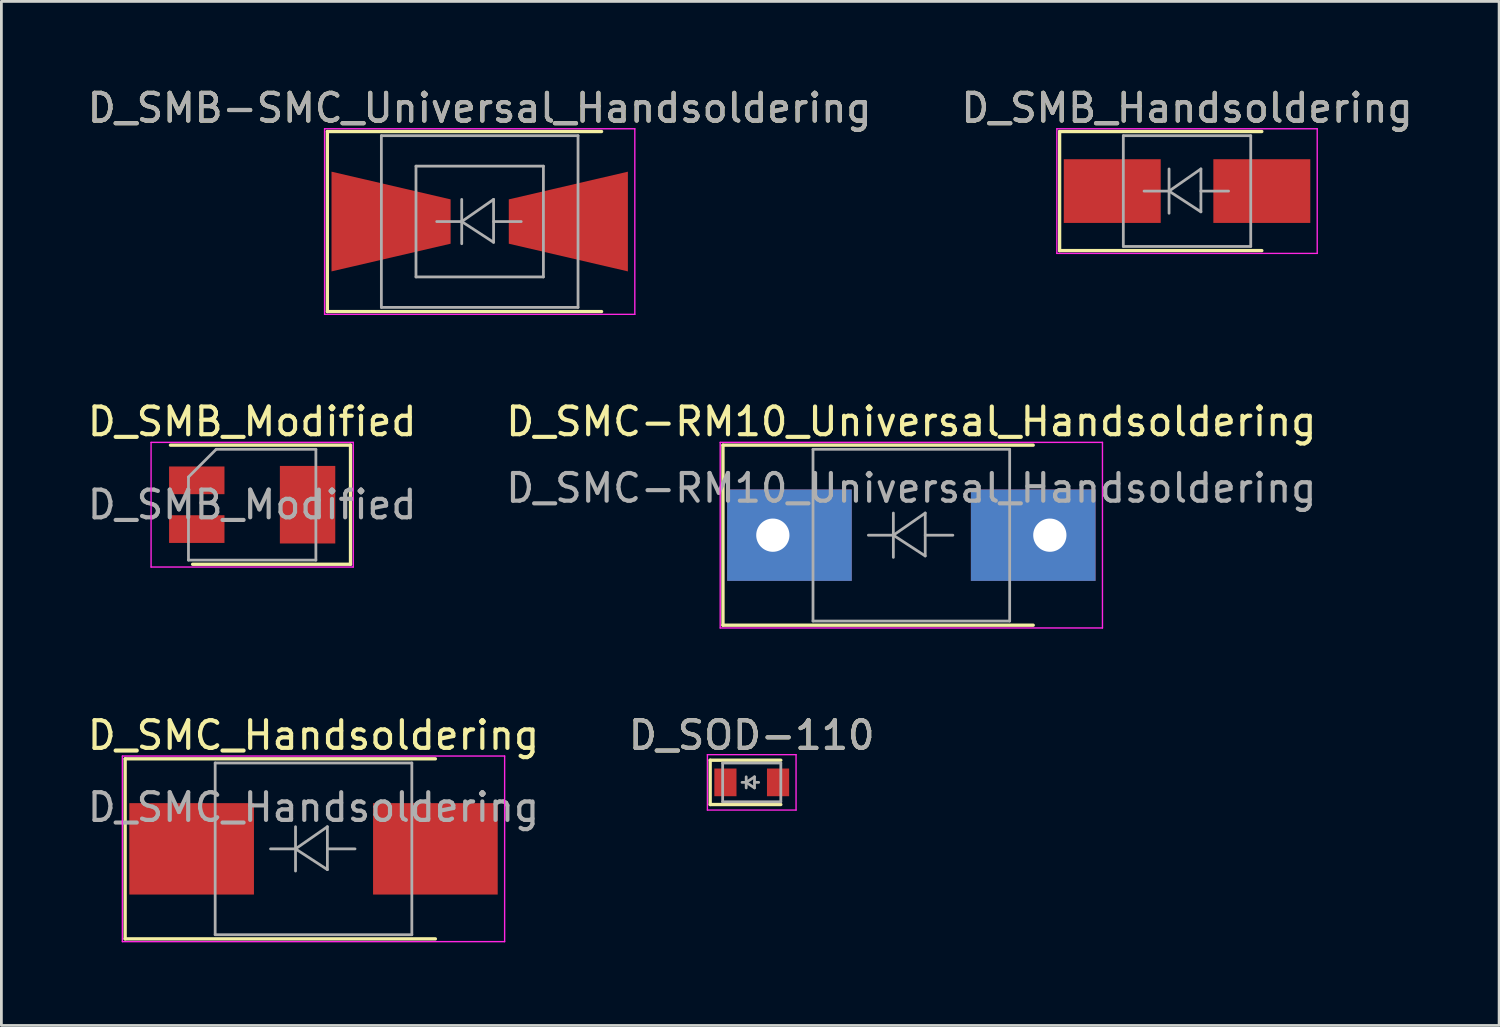
<source format=kicad_pcb>
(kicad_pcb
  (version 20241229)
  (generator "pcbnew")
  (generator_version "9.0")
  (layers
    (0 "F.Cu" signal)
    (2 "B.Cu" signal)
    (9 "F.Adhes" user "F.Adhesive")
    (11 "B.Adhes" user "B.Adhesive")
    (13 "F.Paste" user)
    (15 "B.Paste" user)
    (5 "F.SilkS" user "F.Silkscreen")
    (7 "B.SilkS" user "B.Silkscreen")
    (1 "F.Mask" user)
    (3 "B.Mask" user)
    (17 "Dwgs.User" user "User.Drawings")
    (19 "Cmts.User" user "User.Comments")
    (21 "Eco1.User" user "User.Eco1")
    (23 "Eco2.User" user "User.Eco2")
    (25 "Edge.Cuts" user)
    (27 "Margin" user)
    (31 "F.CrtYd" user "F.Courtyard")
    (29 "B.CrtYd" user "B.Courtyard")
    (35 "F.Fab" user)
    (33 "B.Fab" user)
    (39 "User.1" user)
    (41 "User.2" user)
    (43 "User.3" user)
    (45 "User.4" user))
  (footprint "D_SMB_Modified"
    (layer "F.Cu")
    (at 6.054 15.171)
    (property "Reference" "D_SMB_Modified" (at 0 -3 0) (layer "F.SilkS") (effects (font (size 1 1) (thickness 0.15))))
    (attr smd)
    (fp_line (start 3.55 -2.15) (end -2.95 -2.15) (stroke (width 0.12) (type solid)) (layer "F.SilkS"))
    (fp_line (start 3.55 -2.15) (end 3.55 2.15) (stroke (width 0.12) (type solid)) (layer "F.SilkS"))
    (fp_line (start 3.55 2.15) (end -2.15 2.15) (stroke (width 0.12) (type solid)) (layer "F.SilkS"))
    (fp_line (start -3.65 -2.25) (end 3.65 -2.25) (stroke (width 0.05) (type solid)) (layer "F.CrtYd"))
    (fp_line (start -3.65 2.25) (end -3.65 -2.25) (stroke (width 0.05) (type solid)) (layer "F.CrtYd"))
    (fp_line (start 3.65 -2.25) (end 3.65 2.25) (stroke (width 0.05) (type solid)) (layer "F.CrtYd"))
    (fp_line (start 3.65 2.25) (end -3.65 2.25) (stroke (width 0.05) (type solid)) (layer "F.CrtYd"))
    (fp_line (start -2.3 2) (end -2.3 -1) (stroke (width 0.1) (type solid)) (layer "F.Fab"))
    (fp_line (start -1.3 -2) (end -2.3 -1) (stroke (width 0.1) (type solid)) (layer "F.Fab"))
    (fp_line (start 2.3 -2) (end -1.3 -2) (stroke (width 0.1) (type solid)) (layer "F.Fab"))
    (fp_line (start 2.3 -2) (end 2.3 2) (stroke (width 0.1) (type solid)) (layer "F.Fab"))
    (fp_line (start 2.3 2) (end -2.3 2) (stroke (width 0.1) (type solid)) (layer "F.Fab"))
    (fp_text user "${REFERENCE}" (at 0 0 0) (layer "F.Fab") (effects (font (size 1 1) (thickness 0.15))))
    (pad "1" smd rect (at -2 -0.88) (size 2 1) (layers "F.Cu" "F.Mask" "F.Paste"))
    (pad "2" smd rect (at 2 0) (size 2 2.8) (layers "F.Cu" "F.Mask" "F.Paste"))
    (pad "3" smd rect (at -2 0.88) (size 2 1) (layers "F.Cu" "F.Mask" "F.Paste")))
  (footprint "D_SMB_Handsoldering"
    (layer "F.Cu")
    (at 39.804 3.848)
    (property "Reference" "D_SMB_Handsoldering" (at 0 -3 0) (layer "F.SilkS") (effects (font (size 1 1) (thickness 0.15))))
    (attr smd)
    (fp_line (start -4.6 -2.15) (end -4.6 2.15) (stroke (width 0.12) (type solid)) (layer "F.SilkS"))
    (fp_line (start -4.6 -2.15) (end 2.7 -2.15) (stroke (width 0.12) (type solid)) (layer "F.SilkS"))
    (fp_line (start -4.6 2.15) (end 2.7 2.15) (stroke (width 0.12) (type solid)) (layer "F.SilkS"))
    (fp_line (start -4.7 -2.25) (end 4.7 -2.25) (stroke (width 0.05) (type solid)) (layer "F.CrtYd"))
    (fp_line (start -4.7 2.25) (end -4.7 -2.25) (stroke (width 0.05) (type solid)) (layer "F.CrtYd"))
    (fp_line (start 4.7 -2.25) (end 4.7 2.25) (stroke (width 0.05) (type solid)) (layer "F.CrtYd"))
    (fp_line (start 4.7 2.25) (end -4.7 2.25) (stroke (width 0.05) (type solid)) (layer "F.CrtYd"))
    (fp_line (start -2.3 2) (end -2.3 -2) (stroke (width 0.1) (type solid)) (layer "F.Fab"))
    (fp_line (start -0.649 -0.799) (end -0.649 0.801) (stroke (width 0.1) (type solid)) (layer "F.Fab"))
    (fp_line (start -0.649 0.001) (end -1.551 0.001) (stroke (width 0.1) (type solid)) (layer "F.Fab"))
    (fp_line (start -0.649 0.001) (end 0.501 -0.799) (stroke (width 0.1) (type solid)) (layer "F.Fab"))
    (fp_line (start -0.649 0.001) (end 0.501 0.75) (stroke (width 0.1) (type solid)) (layer "F.Fab"))
    (fp_line (start 0.501 0.001) (end 1.499 0.001) (stroke (width 0.1) (type solid)) (layer "F.Fab"))
    (fp_line (start 0.501 0.75) (end 0.501 -0.799) (stroke (width 0.1) (type solid)) (layer "F.Fab"))
    (fp_line (start 2.3 -2) (end -2.3 -2) (stroke (width 0.1) (type solid)) (layer "F.Fab"))
    (fp_line (start 2.3 -2) (end 2.3 2) (stroke (width 0.1) (type solid)) (layer "F.Fab"))
    (fp_line (start 2.3 2) (end -2.3 2) (stroke (width 0.1) (type solid)) (layer "F.Fab"))
    (fp_text user "${REFERENCE}" (at 0 -3 0) (layer "F.Fab") (effects (font (size 1 1) (thickness 0.15))))
    (pad "1" smd rect (at -2.7 0) (size 3.5 2.3) (layers "F.Cu" "F.Mask" "F.Paste"))
    (pad "2" smd rect (at 2.7 0) (size 3.5 2.3) (layers "F.Cu" "F.Mask" "F.Paste")))
  (footprint "D_SMB-SMC_Universal_Handsoldering"
    (layer "F.Cu")
    (at 14.268 4.948)
    (property "Reference" "D_SMB-SMC_Universal_Handsoldering" (at 0 -4.1 0) (layer "F.SilkS") (effects (font (size 1 1) (thickness 0.15))))
    (attr smd)
    (fp_line (start -5.5 -3.25) (end 4.4 -3.25) (stroke (width 0.12) (type solid)) (layer "F.SilkS"))
    (fp_line (start -5.5 3.25) (end -5.5 -3.25) (stroke (width 0.12) (type solid)) (layer "F.SilkS"))
    (fp_line (start -5.5 3.25) (end 4.4 3.25) (stroke (width 0.12) (type solid)) (layer "F.SilkS"))
    (fp_line (start -5.6 -3.35) (end 5.6 -3.35) (stroke (width 0.05) (type solid)) (layer "F.CrtYd"))
    (fp_line (start -5.6 3.35) (end -5.6 -3.35) (stroke (width 0.05) (type solid)) (layer "F.CrtYd"))
    (fp_line (start 5.6 -3.35) (end 5.6 3.35) (stroke (width 0.05) (type solid)) (layer "F.CrtYd"))
    (fp_line (start 5.6 3.35) (end -5.6 3.35) (stroke (width 0.05) (type solid)) (layer "F.CrtYd"))
    (fp_line (start -3.55 3.1) (end -3.55 -3.1) (stroke (width 0.1) (type solid)) (layer "F.Fab"))
    (fp_line (start -2.3 2) (end -2.3 -2) (stroke (width 0.1) (type solid)) (layer "F.Fab"))
    (fp_line (start -0.649 -0.799) (end -0.649 0.801) (stroke (width 0.1) (type solid)) (layer "F.Fab"))
    (fp_line (start -0.649 0.001) (end -1.551 0.001) (stroke (width 0.1) (type solid)) (layer "F.Fab"))
    (fp_line (start -0.649 0.001) (end 0.501 -0.799) (stroke (width 0.1) (type solid)) (layer "F.Fab"))
    (fp_line (start -0.649 0.001) (end 0.501 0.75) (stroke (width 0.1) (type solid)) (layer "F.Fab"))
    (fp_line (start 0.501 0.001) (end 1.499 0.001) (stroke (width 0.1) (type solid)) (layer "F.Fab"))
    (fp_line (start 0.501 0.75) (end 0.501 -0.799) (stroke (width 0.1) (type solid)) (layer "F.Fab"))
    (fp_line (start 2.3 -2) (end -2.3 -2) (stroke (width 0.1) (type solid)) (layer "F.Fab"))
    (fp_line (start 2.3 -2) (end 2.3 2) (stroke (width 0.1) (type solid)) (layer "F.Fab"))
    (fp_line (start 2.3 2) (end -2.3 2) (stroke (width 0.1) (type solid)) (layer "F.Fab"))
    (fp_line (start 3.55 -3.1) (end -3.55 -3.1) (stroke (width 0.1) (type solid)) (layer "F.Fab"))
    (fp_line (start 3.55 -3.1) (end 3.55 3.1) (stroke (width 0.1) (type solid)) (layer "F.Fab"))
    (fp_line (start 3.55 3.1) (end -3.55 3.1) (stroke (width 0.1) (type solid)) (layer "F.Fab"))
    (fp_text user "${REFERENCE}" (at 0 -4.1 0) (layer "F.Fab") (effects (font (size 1 1) (thickness 0.15))))
    (pad "1" smd trapezoid (at -3.2 0) (size 4.3 2.6) (rect_delta 1 0) (layers "F.Cu" "F.Mask" "F.Paste"))
    (pad "2" smd trapezoid (at 3.2 0 180) (size 4.3 2.6) (rect_delta 1 0) (layers "F.Cu" "F.Mask" "F.Paste")))
  (footprint "D_SMC_Handsoldering"
    (layer "F.Cu")
    (at 8.268 27.595)
    (property "Reference" "D_SMC_Handsoldering" (at 0 -4.1 0) (layer "F.SilkS") (effects (font (size 1 1) (thickness 0.15))))
    (attr smd)
    (fp_line (start -6.8 -3.25) (end 4.4 -3.25) (stroke (width 0.12) (type solid)) (layer "F.SilkS"))
    (fp_line (start -6.8 3.25) (end -6.8 -3.25) (stroke (width 0.12) (type solid)) (layer "F.SilkS"))
    (fp_line (start -6.8 3.25) (end 4.4 3.25) (stroke (width 0.12) (type solid)) (layer "F.SilkS"))
    (fp_line (start -6.9 -3.35) (end 6.9 -3.35) (stroke (width 0.05) (type solid)) (layer "F.CrtYd"))
    (fp_line (start -6.9 3.35) (end -6.9 -3.35) (stroke (width 0.05) (type solid)) (layer "F.CrtYd"))
    (fp_line (start 6.9 -3.35) (end 6.9 3.35) (stroke (width 0.05) (type solid)) (layer "F.CrtYd"))
    (fp_line (start 6.9 3.35) (end -6.9 3.35) (stroke (width 0.05) (type solid)) (layer "F.CrtYd"))
    (fp_line (start -3.55 3.1) (end -3.55 -3.1) (stroke (width 0.1) (type solid)) (layer "F.Fab"))
    (fp_line (start -0.649 -0.799) (end -0.649 0.801) (stroke (width 0.1) (type solid)) (layer "F.Fab"))
    (fp_line (start -0.649 0.001) (end -1.551 0.001) (stroke (width 0.1) (type solid)) (layer "F.Fab"))
    (fp_line (start -0.649 0.001) (end 0.501 -0.799) (stroke (width 0.1) (type solid)) (layer "F.Fab"))
    (fp_line (start -0.649 0.001) (end 0.501 0.75) (stroke (width 0.1) (type solid)) (layer "F.Fab"))
    (fp_line (start 0.501 0.001) (end 1.499 0.001) (stroke (width 0.1) (type solid)) (layer "F.Fab"))
    (fp_line (start 0.501 0.75) (end 0.501 -0.799) (stroke (width 0.1) (type solid)) (layer "F.Fab"))
    (fp_line (start 3.55 -3.1) (end -3.55 -3.1) (stroke (width 0.1) (type solid)) (layer "F.Fab"))
    (fp_line (start 3.55 -3.1) (end 3.55 3.1) (stroke (width 0.1) (type solid)) (layer "F.Fab"))
    (fp_line (start 3.55 3.1) (end -3.55 3.1) (stroke (width 0.1) (type solid)) (layer "F.Fab"))
    (fp_text user "${REFERENCE}" (at 0 -1.5 0) (layer "F.Fab") (effects (font (size 1 1) (thickness 0.15))))
    (pad "1" smd rect (at -4.4 0 90) (size 3.3 4.5) (layers "F.Cu" "F.Mask" "F.Paste"))
    (pad "2" smd rect (at 4.4 0 90) (size 3.3 4.5) (layers "F.Cu" "F.Mask" "F.Paste")))
  (footprint "D_SMC-RM10_Universal_Handsoldering"
    (layer "F.Cu")
    (at 29.851 16.271)
    (property "Reference" "D_SMC-RM10_Universal_Handsoldering" (at 0 -4.1 0) (layer "F.SilkS") (effects (font (size 1 1) (thickness 0.15))))
    (attr through_hole)
    (fp_line (start -6.8 -3.25) (end 4.4 -3.25) (stroke (width 0.12) (type solid)) (layer "F.SilkS"))
    (fp_line (start -6.8 3.25) (end -6.8 -3.25) (stroke (width 0.12) (type solid)) (layer "F.SilkS"))
    (fp_line (start -6.8 3.25) (end 4.4 3.25) (stroke (width 0.12) (type solid)) (layer "F.SilkS"))
    (fp_line (start -6.9 -3.35) (end 6.9 -3.35) (stroke (width 0.05) (type solid)) (layer "F.CrtYd"))
    (fp_line (start -6.9 3.35) (end -6.9 -3.35) (stroke (width 0.05) (type solid)) (layer "F.CrtYd"))
    (fp_line (start 6.9 -3.35) (end 6.9 3.35) (stroke (width 0.05) (type solid)) (layer "F.CrtYd"))
    (fp_line (start 6.9 3.35) (end -6.9 3.35) (stroke (width 0.05) (type solid)) (layer "F.CrtYd"))
    (fp_line (start -3.55 3.1) (end -3.55 -3.1) (stroke (width 0.1) (type solid)) (layer "F.Fab"))
    (fp_line (start -0.649 -0.799) (end -0.649 0.801) (stroke (width 0.1) (type solid)) (layer "F.Fab"))
    (fp_line (start -0.649 0.001) (end -1.551 0.001) (stroke (width 0.1) (type solid)) (layer "F.Fab"))
    (fp_line (start -0.649 0.001) (end 0.501 -0.799) (stroke (width 0.1) (type solid)) (layer "F.Fab"))
    (fp_line (start -0.649 0.001) (end 0.501 0.75) (stroke (width 0.1) (type solid)) (layer "F.Fab"))
    (fp_line (start 0.501 0.001) (end 1.499 0.001) (stroke (width 0.1) (type solid)) (layer "F.Fab"))
    (fp_line (start 0.501 0.75) (end 0.501 -0.799) (stroke (width 0.1) (type solid)) (layer "F.Fab"))
    (fp_line (start 3.55 -3.1) (end -3.55 -3.1) (stroke (width 0.1) (type solid)) (layer "F.Fab"))
    (fp_line (start 3.55 -3.1) (end 3.55 3.1) (stroke (width 0.1) (type solid)) (layer "F.Fab"))
    (fp_line (start 3.55 3.1) (end -3.55 3.1) (stroke (width 0.1) (type solid)) (layer "F.Fab"))
    (fp_text user "${REFERENCE}" (at 0 -1.7 0) (layer "F.Fab") (effects (font (size 1 1) (thickness 0.15))))
    (pad "1" thru_hole rect (at -5 0) (size 4.5 3.3) (drill 1.2 (offset 0.6 0)) (layers "*.Cu" "*.Mask"))
    (pad "2" thru_hole rect (at 5 0 180) (size 4.5 3.3) (drill 1.2 (offset 0.6 0)) (layers "*.Cu" "*.Mask")))
  (footprint "D_SOD-110"
    (layer "F.Cu")
    (at 24.089 25.195)
    (property "Reference" "D_SOD-110" (at 0 -1.7 0) (layer "F.SilkS") (effects (font (size 1 1) (thickness 0.15))))
    (attr smd)
    (fp_line (start -1.5 -0.8) (end -1.5 0.8) (stroke (width 0.12) (type solid)) (layer "F.SilkS"))
    (fp_line (start -1.5 -0.8) (end 1.05 -0.8) (stroke (width 0.12) (type solid)) (layer "F.SilkS"))
    (fp_line (start -1.5 0.8) (end 1.05 0.8) (stroke (width 0.12) (type solid)) (layer "F.SilkS"))
    (fp_line (start -1.6 -1) (end -1.6 1) (stroke (width 0.05) (type solid)) (layer "F.CrtYd"))
    (fp_line (start -1.6 -1) (end 1.6 -1) (stroke (width 0.05) (type solid)) (layer "F.CrtYd"))
    (fp_line (start 1.6 -1) (end 1.6 1) (stroke (width 0.05) (type solid)) (layer "F.CrtYd"))
    (fp_line (start 1.6 1) (end -1.6 1) (stroke (width 0.05) (type solid)) (layer "F.CrtYd"))
    (fp_line (start -1.05 -0.7) (end -1.05 0.7) (stroke (width 0.1) (type solid)) (layer "F.Fab"))
    (fp_line (start -1.05 0.7) (end 1.05 0.7) (stroke (width 0.1) (type solid)) (layer "F.Fab"))
    (fp_line (start -0.2 0) (end -0.35 0) (stroke (width 0.1) (type solid)) (layer "F.Fab"))
    (fp_line (start -0.2 0) (end 0.1 0.2) (stroke (width 0.1) (type solid)) (layer "F.Fab"))
    (fp_line (start -0.2 0.2) (end -0.2 -0.2) (stroke (width 0.1) (type solid)) (layer "F.Fab"))
    (fp_line (start 0.1 -0.2) (end -0.2 0) (stroke (width 0.1) (type solid)) (layer "F.Fab"))
    (fp_line (start 0.1 0) (end 0.25 0) (stroke (width 0.1) (type solid)) (layer "F.Fab"))
    (fp_line (start 0.1 0.2) (end 0.1 -0.2) (stroke (width 0.1) (type solid)) (layer "F.Fab"))
    (fp_line (start 1.05 -0.7) (end -1.05 -0.7) (stroke (width 0.1) (type solid)) (layer "F.Fab"))
    (fp_line (start 1.05 0.7) (end 1.05 -0.7) (stroke (width 0.1) (type solid)) (layer "F.Fab"))
    (fp_text user "${REFERENCE}" (at 0 -1.7 0) (layer "F.Fab") (effects (font (size 1 1) (thickness 0.15))))
    (pad "1" smd rect (at -0.95 0) (size 0.8 1) (layers "F.Cu" "F.Mask" "F.Paste"))
    (pad "2" smd rect (at 0.95 0) (size 0.8 1) (layers "F.Cu" "F.Mask" "F.Paste")))
  (gr_rect
    (start -3 -3)
    (end 51.071 33.97)
    (stroke (width 0.1) (type default))
    (fill no)
    (layer "Edge.Cuts")))
</source>
